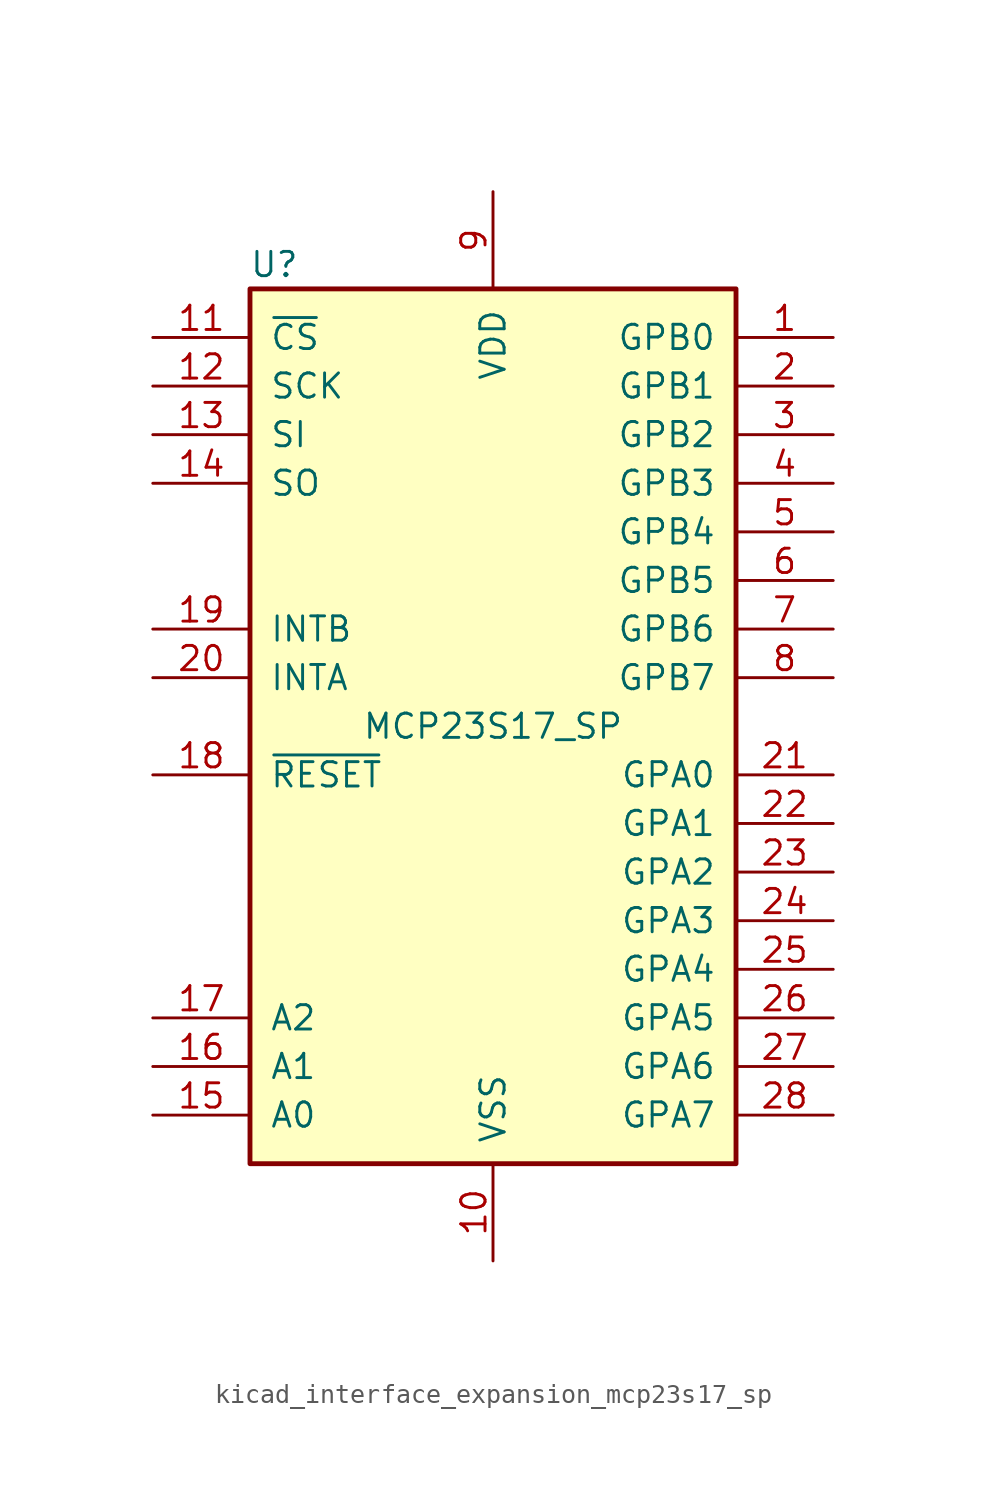
<source format=kicad_sym>
(kicad_symbol_lib
  (version 20220914)
  (generator kicad_symbol_editor)
  (symbol "kicad_interface_expansion_mcp23s17_sp"
    (pin_names
      (offset 1.016))
    (property "Reference" "U"
      (at -11.43 24.13 0)
      (effects (font (size 1.27 1.27))))
    (property "Value" "MCP23S17_SP"
      (at 0 0 0)
      (effects (font (size 1.27 1.27))))
    (symbol "kicad_interface_expansion_mcp23s17_sp_0_1"
      (rectangle (start -12.7 22.86) (end 12.7 -22.86) (stroke (width 0.254) (type default)) (fill (type background))))
    (symbol "kicad_interface_expansion_mcp23s17_sp_1_1"
      (pin bidirectional line (at 17.78 20.32 180) (length 5.08) (name "GPB0" (effects (font (size 1.27 1.27)))) (number "1" (effects (font (size 1.27 1.27)))))
      (pin power_in line (at 0 -27.94 90) (length 5.08) (name "VSS" (effects (font (size 1.27 1.27)))) (number "10" (effects (font (size 1.27 1.27)))))
      (pin input line (at -17.78 20.32 0) (length 5.08) (name "~{CS}" (effects (font (size 1.27 1.27)))) (number "11" (effects (font (size 1.27 1.27)))))
      (pin input line (at -17.78 17.78 0) (length 5.08) (name "SCK" (effects (font (size 1.27 1.27)))) (number "12" (effects (font (size 1.27 1.27)))))
      (pin input line (at -17.78 15.24 0) (length 5.08) (name "SI" (effects (font (size 1.27 1.27)))) (number "13" (effects (font (size 1.27 1.27)))))
      (pin output line (at -17.78 12.7 0) (length 5.08) (name "SO" (effects (font (size 1.27 1.27)))) (number "14" (effects (font (size 1.27 1.27)))))
      (pin input line (at -17.78 -20.32 0) (length 5.08) (name "A0" (effects (font (size 1.27 1.27)))) (number "15" (effects (font (size 1.27 1.27)))))
      (pin input line (at -17.78 -17.78 0) (length 5.08) (name "A1" (effects (font (size 1.27 1.27)))) (number "16" (effects (font (size 1.27 1.27)))))
      (pin input line (at -17.78 -15.24 0) (length 5.08) (name "A2" (effects (font (size 1.27 1.27)))) (number "17" (effects (font (size 1.27 1.27)))))
      (pin input line (at -17.78 -2.54 0) (length 5.08) (name "~{RESET}" (effects (font (size 1.27 1.27)))) (number "18" (effects (font (size 1.27 1.27)))))
      (pin tri_state line (at -17.78 5.08 0) (length 5.08) (name "INTB" (effects (font (size 1.27 1.27)))) (number "19" (effects (font (size 1.27 1.27)))))
      (pin bidirectional line (at 17.78 17.78 180) (length 5.08) (name "GPB1" (effects (font (size 1.27 1.27)))) (number "2" (effects (font (size 1.27 1.27)))))
      (pin tri_state line (at -17.78 2.54 0) (length 5.08) (name "INTA" (effects (font (size 1.27 1.27)))) (number "20" (effects (font (size 1.27 1.27)))))
      (pin bidirectional line (at 17.78 -2.54 180) (length 5.08) (name "GPA0" (effects (font (size 1.27 1.27)))) (number "21" (effects (font (size 1.27 1.27)))))
      (pin bidirectional line (at 17.78 -5.08 180) (length 5.08) (name "GPA1" (effects (font (size 1.27 1.27)))) (number "22" (effects (font (size 1.27 1.27)))))
      (pin bidirectional line (at 17.78 -7.62 180) (length 5.08) (name "GPA2" (effects (font (size 1.27 1.27)))) (number "23" (effects (font (size 1.27 1.27)))))
      (pin bidirectional line (at 17.78 -10.16 180) (length 5.08) (name "GPA3" (effects (font (size 1.27 1.27)))) (number "24" (effects (font (size 1.27 1.27)))))
      (pin bidirectional line (at 17.78 -12.7 180) (length 5.08) (name "GPA4" (effects (font (size 1.27 1.27)))) (number "25" (effects (font (size 1.27 1.27)))))
      (pin bidirectional line (at 17.78 -15.24 180) (length 5.08) (name "GPA5" (effects (font (size 1.27 1.27)))) (number "26" (effects (font (size 1.27 1.27)))))
      (pin bidirectional line (at 17.78 -17.78 180) (length 5.08) (name "GPA6" (effects (font (size 1.27 1.27)))) (number "27" (effects (font (size 1.27 1.27)))))
      (pin bidirectional line (at 17.78 -20.32 180) (length 5.08) (name "GPA7" (effects (font (size 1.27 1.27)))) (number "28" (effects (font (size 1.27 1.27)))))
      (pin bidirectional line (at 17.78 15.24 180) (length 5.08) (name "GPB2" (effects (font (size 1.27 1.27)))) (number "3" (effects (font (size 1.27 1.27)))))
      (pin bidirectional line (at 17.78 12.7 180) (length 5.08) (name "GPB3" (effects (font (size 1.27 1.27)))) (number "4" (effects (font (size 1.27 1.27)))))
      (pin bidirectional line (at 17.78 10.16 180) (length 5.08) (name "GPB4" (effects (font (size 1.27 1.27)))) (number "5" (effects (font (size 1.27 1.27)))))
      (pin bidirectional line (at 17.78 7.62 180) (length 5.08) (name "GPB5" (effects (font (size 1.27 1.27)))) (number "6" (effects (font (size 1.27 1.27)))))
      (pin bidirectional line (at 17.78 5.08 180) (length 5.08) (name "GPB6" (effects (font (size 1.27 1.27)))) (number "7" (effects (font (size 1.27 1.27)))))
      (pin bidirectional line (at 17.78 2.54 180) (length 5.08) (name "GPB7" (effects (font (size 1.27 1.27)))) (number "8" (effects (font (size 1.27 1.27)))))
      (pin power_in line (at 0 27.94 270) (length 5.08) (name "VDD" (effects (font (size 1.27 1.27)))) (number "9" (effects (font (size 1.27 1.27))))))))
</source>
